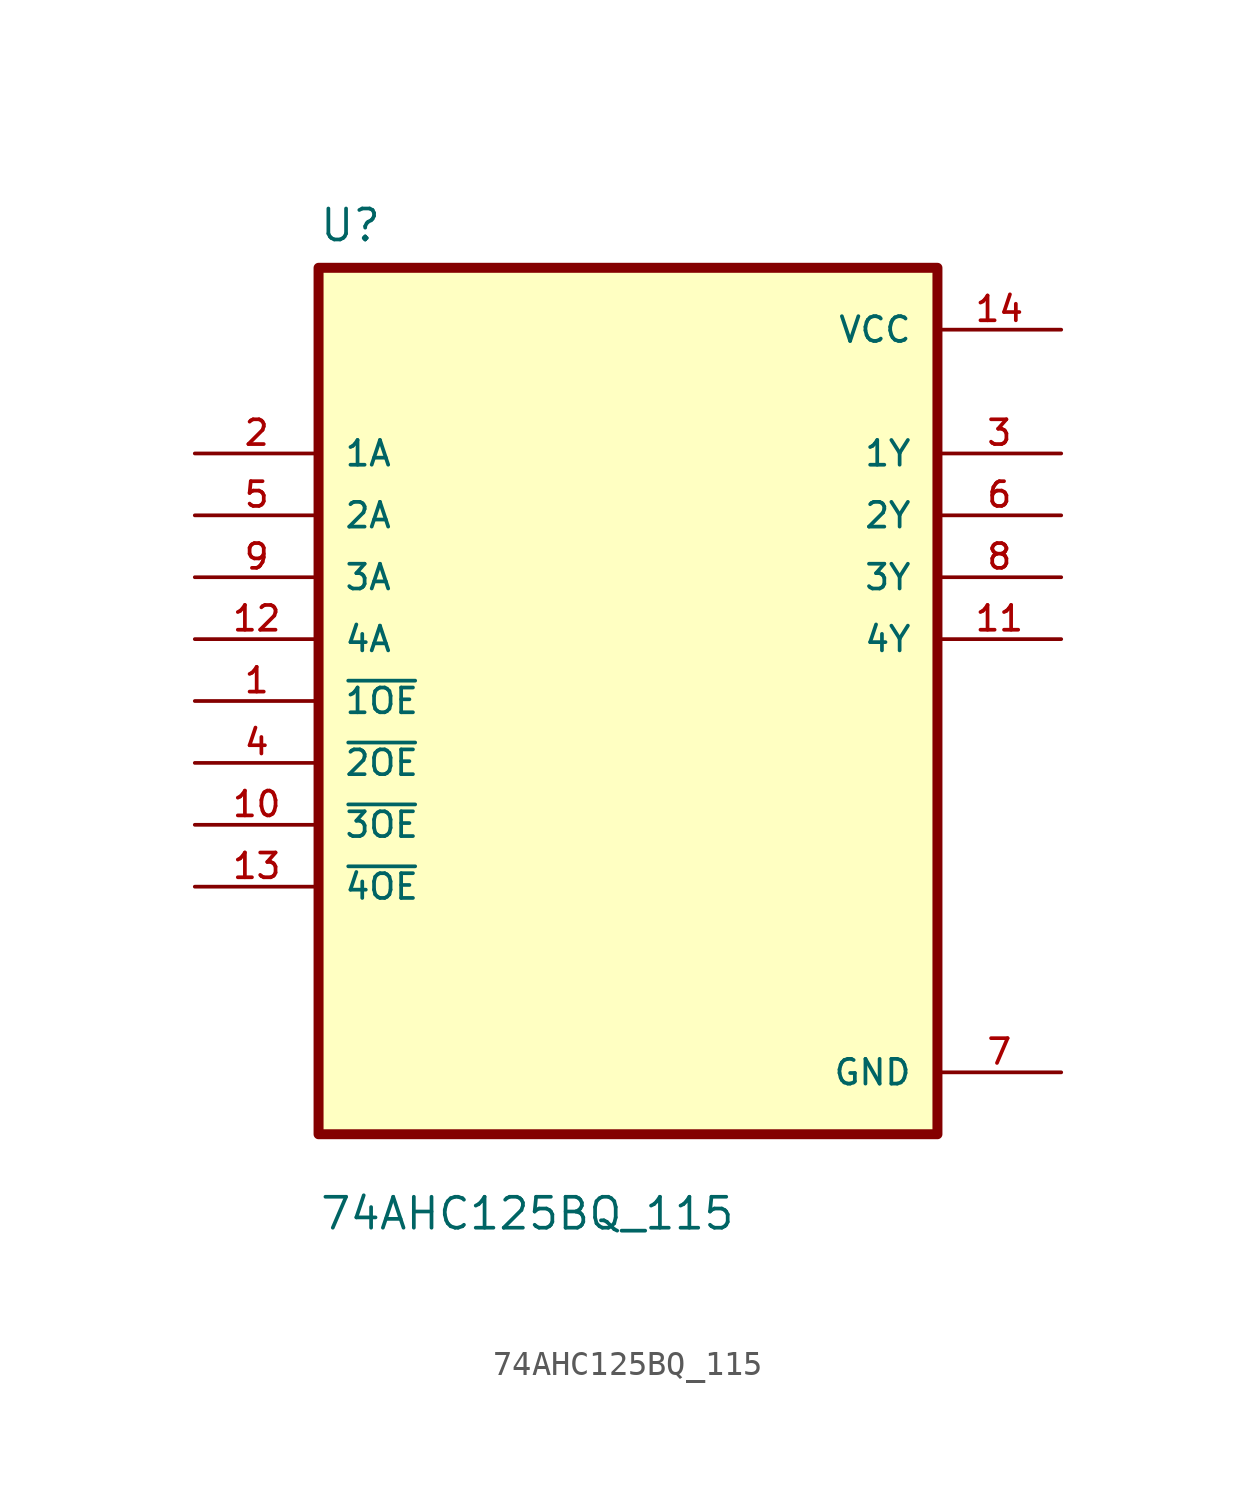
<source format=kicad_sym>
(kicad_symbol_lib
  (version 20211014)
  (generator kicad_symbol_editor)
  (symbol "74AHC125BQ_115"
    (pin_names
      (offset 1.016))
    (property "Reference" "U"
      (at -12.7 18.78 0.0)
      (effects (font (size 1.27 1.27)) (justify bottom left)))
    (property "Value" "74AHC125BQ_115"
      (at -12.7 -21.78 0.0)
      (effects (font (size 1.27 1.27)) (justify bottom left)))
    (symbol "74AHC125BQ_115_0_0"
      (rectangle (start -12.7 -17.78) (end 12.7 17.78) (stroke (width 0.41)) (fill (type background)))
      (pin input line (at -17.78 10.16 0) (length 5.08) (name "1A" (effects (font (size 1.016 1.016)))) (number "2" (effects (font (size 1.016 1.016)))))
      (pin input line (at -17.78 7.62 0) (length 5.08) (name "2A" (effects (font (size 1.016 1.016)))) (number "5" (effects (font (size 1.016 1.016)))))
      (pin input line (at -17.78 5.08 0) (length 5.08) (name "3A" (effects (font (size 1.016 1.016)))) (number "9" (effects (font (size 1.016 1.016)))))
      (pin input line (at -17.78 2.54 0) (length 5.08) (name "4A" (effects (font (size 1.016 1.016)))) (number "12" (effects (font (size 1.016 1.016)))))
      (pin input line (at -17.78 0.0 0) (length 5.08) (name "~{1OE}" (effects (font (size 1.016 1.016)))) (number "1" (effects (font (size 1.016 1.016)))))
      (pin input line (at -17.78 -2.54 0) (length 5.08) (name "~{2OE}" (effects (font (size 1.016 1.016)))) (number "4" (effects (font (size 1.016 1.016)))))
      (pin input line (at -17.78 -5.08 0) (length 5.08) (name "~{3OE}" (effects (font (size 1.016 1.016)))) (number "10" (effects (font (size 1.016 1.016)))))
      (pin input line (at -17.78 -7.62 0) (length 5.08) (name "~{4OE}" (effects (font (size 1.016 1.016)))) (number "13" (effects (font (size 1.016 1.016)))))
      (pin power_in line (at 17.78 15.24 180.0) (length 5.08) (name "VCC" (effects (font (size 1.016 1.016)))) (number "14" (effects (font (size 1.016 1.016)))))
      (pin output line (at 17.78 10.16 180.0) (length 5.08) (name "1Y" (effects (font (size 1.016 1.016)))) (number "3" (effects (font (size 1.016 1.016)))))
      (pin output line (at 17.78 7.62 180.0) (length 5.08) (name "2Y" (effects (font (size 1.016 1.016)))) (number "6" (effects (font (size 1.016 1.016)))))
      (pin output line (at 17.78 5.08 180.0) (length 5.08) (name "3Y" (effects (font (size 1.016 1.016)))) (number "8" (effects (font (size 1.016 1.016)))))
      (pin output line (at 17.78 2.54 180.0) (length 5.08) (name "4Y" (effects (font (size 1.016 1.016)))) (number "11" (effects (font (size 1.016 1.016)))))
      (pin power_in line (at 17.78 -15.24 180.0) (length 5.08) (name "GND" (effects (font (size 1.016 1.016)))) (number "7" (effects (font (size 1.016 1.016))))))))
</source>
